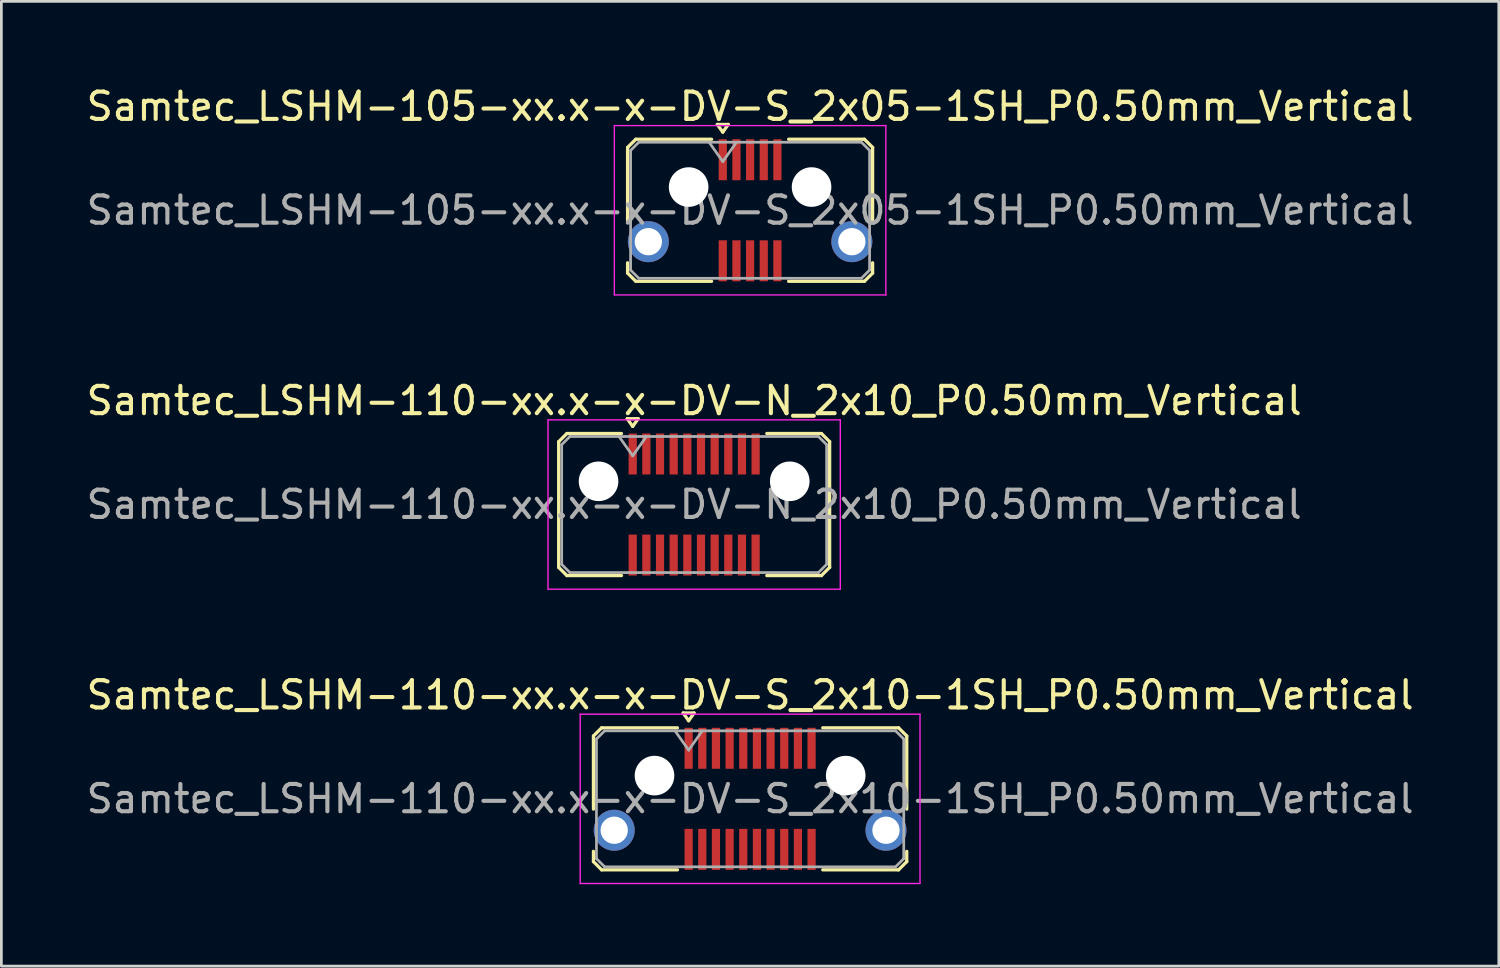
<source format=kicad_pcb>
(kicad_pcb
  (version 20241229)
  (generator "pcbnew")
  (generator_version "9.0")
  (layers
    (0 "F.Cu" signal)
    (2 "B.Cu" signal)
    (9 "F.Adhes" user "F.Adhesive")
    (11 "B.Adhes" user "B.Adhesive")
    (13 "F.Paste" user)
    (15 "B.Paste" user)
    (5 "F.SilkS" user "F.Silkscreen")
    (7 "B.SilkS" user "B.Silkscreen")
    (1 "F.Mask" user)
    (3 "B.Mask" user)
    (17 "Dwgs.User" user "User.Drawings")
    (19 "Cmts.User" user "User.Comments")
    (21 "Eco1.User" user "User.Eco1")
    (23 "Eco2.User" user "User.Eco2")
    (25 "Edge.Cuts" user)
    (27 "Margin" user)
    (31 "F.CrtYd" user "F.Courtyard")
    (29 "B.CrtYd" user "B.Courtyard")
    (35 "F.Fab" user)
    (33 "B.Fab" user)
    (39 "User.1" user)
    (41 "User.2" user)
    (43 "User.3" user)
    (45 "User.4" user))
  (footprint "Samtec_LSHM-110-xx.x-x-DV-N_2x10_P0.50mm_Vertical"
    (layer "F.Cu")
    (at 22.363 15.421)
    (property "Reference" "Samtec_LSHM-110-xx.x-x-DV-N_2x10_P0.50mm_Vertical" (at 0 -3.8 0) (layer "F.SilkS") (effects (font (size 1 1) (thickness 0.15))))
    (attr smd)
    (fp_line (start -4.96 -2.3) (end -4.96 2.3) (stroke (width 0.12) (type solid)) (layer "F.SilkS"))
    (fp_line (start -4.96 2.3) (end -4.66 2.6) (stroke (width 0.12) (type solid)) (layer "F.SilkS"))
    (fp_line (start -4.66 -2.6) (end -4.96 -2.3) (stroke (width 0.12) (type solid)) (layer "F.SilkS"))
    (fp_line (start -4.66 2.6) (end -2.66 2.6) (stroke (width 0.12) (type solid)) (layer "F.SilkS"))
    (fp_line (start -2.66 -2.6) (end -4.66 -2.6) (stroke (width 0.12) (type solid)) (layer "F.SilkS"))
    (fp_line (start -2.45 -3.143) (end -2.05 -3.143) (stroke (width 0.12) (type solid)) (layer "F.SilkS"))
    (fp_line (start -2.25 -2.86) (end -2.45 -3.143) (stroke (width 0.12) (type solid)) (layer "F.SilkS"))
    (fp_line (start -2.05 -3.143) (end -2.25 -2.86) (stroke (width 0.12) (type solid)) (layer "F.SilkS"))
    (fp_line (start 2.66 -2.6) (end 4.66 -2.6) (stroke (width 0.12) (type solid)) (layer "F.SilkS"))
    (fp_line (start 4.66 -2.6) (end 4.96 -2.3) (stroke (width 0.12) (type solid)) (layer "F.SilkS"))
    (fp_line (start 4.66 2.6) (end 2.66 2.6) (stroke (width 0.12) (type solid)) (layer "F.SilkS"))
    (fp_line (start 4.96 -2.3) (end 4.96 2.3) (stroke (width 0.12) (type solid)) (layer "F.SilkS"))
    (fp_line (start 4.96 2.3) (end 4.66 2.6) (stroke (width 0.12) (type solid)) (layer "F.SilkS"))
    (fp_line (start -5.35 -3.1) (end -5.35 3.1) (stroke (width 0.05) (type solid)) (layer "F.CrtYd"))
    (fp_line (start -5.35 3.1) (end 5.35 3.1) (stroke (width 0.05) (type solid)) (layer "F.CrtYd"))
    (fp_line (start 5.35 -3.1) (end -5.35 -3.1) (stroke (width 0.05) (type solid)) (layer "F.CrtYd"))
    (fp_line (start 5.35 3.1) (end 5.35 -3.1) (stroke (width 0.05) (type solid)) (layer "F.CrtYd"))
    (fp_line (start -4.85 -2.19) (end -4.85 2.19) (stroke (width 0.1) (type solid)) (layer "F.Fab"))
    (fp_line (start -4.85 2.19) (end -4.55 2.49) (stroke (width 0.1) (type solid)) (layer "F.Fab"))
    (fp_line (start -4.55 -2.49) (end -4.85 -2.19) (stroke (width 0.1) (type solid)) (layer "F.Fab"))
    (fp_line (start -4.55 2.49) (end 0 2.49) (stroke (width 0.1) (type solid)) (layer "F.Fab"))
    (fp_line (start -2.75 -2.49) (end -2.25 -1.783) (stroke (width 0.1) (type solid)) (layer "F.Fab"))
    (fp_line (start -2.25 -1.783) (end -1.75 -2.49) (stroke (width 0.1) (type solid)) (layer "F.Fab"))
    (fp_line (start 0 -2.49) (end -4.55 -2.49) (stroke (width 0.1) (type solid)) (layer "F.Fab"))
    (fp_line (start 0 -2.49) (end 4.55 -2.49) (stroke (width 0.1) (type solid)) (layer "F.Fab"))
    (fp_line (start 4.55 -2.49) (end 4.85 -2.19) (stroke (width 0.1) (type solid)) (layer "F.Fab"))
    (fp_line (start 4.55 2.49) (end 0 2.49) (stroke (width 0.1) (type solid)) (layer "F.Fab"))
    (fp_line (start 4.85 -2.19) (end 4.85 2.19) (stroke (width 0.1) (type solid)) (layer "F.Fab"))
    (fp_line (start 4.85 2.19) (end 4.55 2.49) (stroke (width 0.1) (type solid)) (layer "F.Fab"))
    (fp_text user "${REFERENCE}" (at 0 0 0) (layer "F.Fab") (effects (font (size 1 1) (thickness 0.15))))
    (pad "" np_thru_hole circle (at -3.5 -0.85) (size 1.45 1.45) (drill 1.45) (layers "*.Cu" "*.Mask"))
    (pad "" np_thru_hole circle (at 3.5 -0.85) (size 1.45 1.45) (drill 1.45) (layers "*.Cu" "*.Mask"))
    (pad "1" smd rect (at -2.25 -1.85) (size 0.3 1.5) (layers "F.Cu" "F.Mask" "F.Paste"))
    (pad "2" smd rect (at -2.25 1.85) (size 0.3 1.5) (layers "F.Cu" "F.Mask" "F.Paste"))
    (pad "3" smd rect (at -1.75 -1.85) (size 0.3 1.5) (layers "F.Cu" "F.Mask" "F.Paste"))
    (pad "4" smd rect (at -1.75 1.85) (size 0.3 1.5) (layers "F.Cu" "F.Mask" "F.Paste"))
    (pad "5" smd rect (at -1.25 -1.85) (size 0.3 1.5) (layers "F.Cu" "F.Mask" "F.Paste"))
    (pad "6" smd rect (at -1.25 1.85) (size 0.3 1.5) (layers "F.Cu" "F.Mask" "F.Paste"))
    (pad "7" smd rect (at -0.75 -1.85) (size 0.3 1.5) (layers "F.Cu" "F.Mask" "F.Paste"))
    (pad "8" smd rect (at -0.75 1.85) (size 0.3 1.5) (layers "F.Cu" "F.Mask" "F.Paste"))
    (pad "9" smd rect (at -0.25 -1.85) (size 0.3 1.5) (layers "F.Cu" "F.Mask" "F.Paste"))
    (pad "10" smd rect (at -0.25 1.85) (size 0.3 1.5) (layers "F.Cu" "F.Mask" "F.Paste"))
    (pad "11" smd rect (at 0.25 -1.85) (size 0.3 1.5) (layers "F.Cu" "F.Mask" "F.Paste"))
    (pad "12" smd rect (at 0.25 1.85) (size 0.3 1.5) (layers "F.Cu" "F.Mask" "F.Paste"))
    (pad "13" smd rect (at 0.75 -1.85) (size 0.3 1.5) (layers "F.Cu" "F.Mask" "F.Paste"))
    (pad "14" smd rect (at 0.75 1.85) (size 0.3 1.5) (layers "F.Cu" "F.Mask" "F.Paste"))
    (pad "15" smd rect (at 1.25 -1.85) (size 0.3 1.5) (layers "F.Cu" "F.Mask" "F.Paste"))
    (pad "16" smd rect (at 1.25 1.85) (size 0.3 1.5) (layers "F.Cu" "F.Mask" "F.Paste"))
    (pad "17" smd rect (at 1.75 -1.85) (size 0.3 1.5) (layers "F.Cu" "F.Mask" "F.Paste"))
    (pad "18" smd rect (at 1.75 1.85) (size 0.3 1.5) (layers "F.Cu" "F.Mask" "F.Paste"))
    (pad "19" smd rect (at 2.25 -1.85) (size 0.3 1.5) (layers "F.Cu" "F.Mask" "F.Paste"))
    (pad "20" smd rect (at 2.25 1.85) (size 0.3 1.5) (layers "F.Cu" "F.Mask" "F.Paste")))
  (footprint "Samtec_LSHM-110-xx.x-x-DV-S_2x10-1SH_P0.50mm_Vertical"
    (layer "F.Cu")
    (at 24.411 26.195)
    (property "Reference" "Samtec_LSHM-110-xx.x-x-DV-S_2x10-1SH_P0.50mm_Vertical" (at 0 -3.8 0) (layer "F.SilkS") (effects (font (size 1 1) (thickness 0.15))))
    (attr smd)
    (fp_line (start -5.735 -2.3) (end -5.735 0.377) (stroke (width 0.12) (type solid)) (layer "F.SilkS"))
    (fp_line (start -5.735 1.923) (end -5.735 2.3) (stroke (width 0.12) (type solid)) (layer "F.SilkS"))
    (fp_line (start -5.735 2.3) (end -5.435 2.6) (stroke (width 0.12) (type solid)) (layer "F.SilkS"))
    (fp_line (start -5.435 -2.6) (end -5.735 -2.3) (stroke (width 0.12) (type solid)) (layer "F.SilkS"))
    (fp_line (start -5.435 2.6) (end -2.66 2.6) (stroke (width 0.12) (type solid)) (layer "F.SilkS"))
    (fp_line (start -2.66 -2.6) (end -5.435 -2.6) (stroke (width 0.12) (type solid)) (layer "F.SilkS"))
    (fp_line (start -2.45 -3.143) (end -2.05 -3.143) (stroke (width 0.12) (type solid)) (layer "F.SilkS"))
    (fp_line (start -2.25 -2.86) (end -2.45 -3.143) (stroke (width 0.12) (type solid)) (layer "F.SilkS"))
    (fp_line (start -2.05 -3.143) (end -2.25 -2.86) (stroke (width 0.12) (type solid)) (layer "F.SilkS"))
    (fp_line (start 2.66 -2.6) (end 5.435 -2.6) (stroke (width 0.12) (type solid)) (layer "F.SilkS"))
    (fp_line (start 5.435 -2.6) (end 5.735 -2.3) (stroke (width 0.12) (type solid)) (layer "F.SilkS"))
    (fp_line (start 5.435 2.6) (end 2.66 2.6) (stroke (width 0.12) (type solid)) (layer "F.SilkS"))
    (fp_line (start 5.735 -2.3) (end 5.735 0.377) (stroke (width 0.12) (type solid)) (layer "F.SilkS"))
    (fp_line (start 5.735 1.923) (end 5.735 2.3) (stroke (width 0.12) (type solid)) (layer "F.SilkS"))
    (fp_line (start 5.735 2.3) (end 5.435 2.6) (stroke (width 0.12) (type solid)) (layer "F.SilkS"))
    (fp_line (start -6.22 -3.1) (end -6.22 3.1) (stroke (width 0.05) (type solid)) (layer "F.CrtYd"))
    (fp_line (start -6.22 3.1) (end 6.22 3.1) (stroke (width 0.05) (type solid)) (layer "F.CrtYd"))
    (fp_line (start 6.22 -3.1) (end -6.22 -3.1) (stroke (width 0.05) (type solid)) (layer "F.CrtYd"))
    (fp_line (start 6.22 3.1) (end 6.22 -3.1) (stroke (width 0.05) (type solid)) (layer "F.CrtYd"))
    (fp_line (start -5.625 -2.19) (end -5.625 2.19) (stroke (width 0.1) (type solid)) (layer "F.Fab"))
    (fp_line (start -5.625 2.19) (end -5.325 2.49) (stroke (width 0.1) (type solid)) (layer "F.Fab"))
    (fp_line (start -5.325 -2.49) (end -5.625 -2.19) (stroke (width 0.1) (type solid)) (layer "F.Fab"))
    (fp_line (start -5.325 2.49) (end 0 2.49) (stroke (width 0.1) (type solid)) (layer "F.Fab"))
    (fp_line (start -2.75 -2.49) (end -2.25 -1.783) (stroke (width 0.1) (type solid)) (layer "F.Fab"))
    (fp_line (start -2.25 -1.783) (end -1.75 -2.49) (stroke (width 0.1) (type solid)) (layer "F.Fab"))
    (fp_line (start 0 -2.49) (end -5.325 -2.49) (stroke (width 0.1) (type solid)) (layer "F.Fab"))
    (fp_line (start 0 -2.49) (end 5.325 -2.49) (stroke (width 0.1) (type solid)) (layer "F.Fab"))
    (fp_line (start 5.325 -2.49) (end 5.625 -2.19) (stroke (width 0.1) (type solid)) (layer "F.Fab"))
    (fp_line (start 5.325 2.49) (end 0 2.49) (stroke (width 0.1) (type solid)) (layer "F.Fab"))
    (fp_line (start 5.625 -2.19) (end 5.625 2.19) (stroke (width 0.1) (type solid)) (layer "F.Fab"))
    (fp_line (start 5.625 2.19) (end 5.325 2.49) (stroke (width 0.1) (type solid)) (layer "F.Fab"))
    (fp_text user "${REFERENCE}" (at 0 0 0) (layer "F.Fab") (effects (font (size 1 1) (thickness 0.15))))
    (pad "" np_thru_hole circle (at -3.5 -0.85) (size 1.45 1.45) (drill 1.45) (layers "*.Cu" "*.Mask"))
    (pad "" np_thru_hole circle (at 3.5 -0.85) (size 1.45 1.45) (drill 1.45) (layers "*.Cu" "*.Mask"))
    (pad "1" smd rect (at -2.25 -1.85) (size 0.3 1.5) (layers "F.Cu" "F.Mask" "F.Paste"))
    (pad "2" smd rect (at -2.25 1.85) (size 0.3 1.5) (layers "F.Cu" "F.Mask" "F.Paste"))
    (pad "3" smd rect (at -1.75 -1.85) (size 0.3 1.5) (layers "F.Cu" "F.Mask" "F.Paste"))
    (pad "4" smd rect (at -1.75 1.85) (size 0.3 1.5) (layers "F.Cu" "F.Mask" "F.Paste"))
    (pad "5" smd rect (at -1.25 -1.85) (size 0.3 1.5) (layers "F.Cu" "F.Mask" "F.Paste"))
    (pad "6" smd rect (at -1.25 1.85) (size 0.3 1.5) (layers "F.Cu" "F.Mask" "F.Paste"))
    (pad "7" smd rect (at -0.75 -1.85) (size 0.3 1.5) (layers "F.Cu" "F.Mask" "F.Paste"))
    (pad "8" smd rect (at -0.75 1.85) (size 0.3 1.5) (layers "F.Cu" "F.Mask" "F.Paste"))
    (pad "9" smd rect (at -0.25 -1.85) (size 0.3 1.5) (layers "F.Cu" "F.Mask" "F.Paste"))
    (pad "10" smd rect (at -0.25 1.85) (size 0.3 1.5) (layers "F.Cu" "F.Mask" "F.Paste"))
    (pad "11" smd rect (at 0.25 -1.85) (size 0.3 1.5) (layers "F.Cu" "F.Mask" "F.Paste"))
    (pad "12" smd rect (at 0.25 1.85) (size 0.3 1.5) (layers "F.Cu" "F.Mask" "F.Paste"))
    (pad "13" smd rect (at 0.75 -1.85) (size 0.3 1.5) (layers "F.Cu" "F.Mask" "F.Paste"))
    (pad "14" smd rect (at 0.75 1.85) (size 0.3 1.5) (layers "F.Cu" "F.Mask" "F.Paste"))
    (pad "15" smd rect (at 1.25 -1.85) (size 0.3 1.5) (layers "F.Cu" "F.Mask" "F.Paste"))
    (pad "16" smd rect (at 1.25 1.85) (size 0.3 1.5) (layers "F.Cu" "F.Mask" "F.Paste"))
    (pad "17" smd rect (at 1.75 -1.85) (size 0.3 1.5) (layers "F.Cu" "F.Mask" "F.Paste"))
    (pad "18" smd rect (at 1.75 1.85) (size 0.3 1.5) (layers "F.Cu" "F.Mask" "F.Paste"))
    (pad "19" smd rect (at 2.25 -1.85) (size 0.3 1.5) (layers "F.Cu" "F.Mask" "F.Paste"))
    (pad "20" smd rect (at 2.25 1.85) (size 0.3 1.5) (layers "F.Cu" "F.Mask" "F.Paste"))
    (pad "SH" thru_hole circle (at -4.975 1.15) (size 1.5 1.5) (drill 1) (layers "*.Cu" "*.Mask"))
    (pad "SH" thru_hole circle (at 4.975 1.15) (size 1.5 1.5) (drill 1) (layers "*.Cu" "*.Mask")))
  (footprint "Samtec_LSHM-105-xx.x-x-DV-S_2x05-1SH_P0.50mm_Vertical"
    (layer "F.Cu")
    (at 24.411 4.648)
    (property "Reference" "Samtec_LSHM-105-xx.x-x-DV-S_2x05-1SH_P0.50mm_Vertical" (at 0 -3.8 0) (layer "F.SilkS") (effects (font (size 1 1) (thickness 0.15))))
    (attr smd)
    (fp_line (start -4.485 -2.3) (end -4.485 0.377) (stroke (width 0.12) (type solid)) (layer "F.SilkS"))
    (fp_line (start -4.485 1.923) (end -4.485 2.3) (stroke (width 0.12) (type solid)) (layer "F.SilkS"))
    (fp_line (start -4.485 2.3) (end -4.185 2.6) (stroke (width 0.12) (type solid)) (layer "F.SilkS"))
    (fp_line (start -4.185 -2.6) (end -4.485 -2.3) (stroke (width 0.12) (type solid)) (layer "F.SilkS"))
    (fp_line (start -4.185 2.6) (end -1.41 2.6) (stroke (width 0.12) (type solid)) (layer "F.SilkS"))
    (fp_line (start -1.41 -2.6) (end -4.185 -2.6) (stroke (width 0.12) (type solid)) (layer "F.SilkS"))
    (fp_line (start -1.2 -3.143) (end -0.8 -3.143) (stroke (width 0.12) (type solid)) (layer "F.SilkS"))
    (fp_line (start -1 -2.86) (end -1.2 -3.143) (stroke (width 0.12) (type solid)) (layer "F.SilkS"))
    (fp_line (start -0.8 -3.143) (end -1 -2.86) (stroke (width 0.12) (type solid)) (layer "F.SilkS"))
    (fp_line (start 1.41 -2.6) (end 4.185 -2.6) (stroke (width 0.12) (type solid)) (layer "F.SilkS"))
    (fp_line (start 4.185 -2.6) (end 4.485 -2.3) (stroke (width 0.12) (type solid)) (layer "F.SilkS"))
    (fp_line (start 4.185 2.6) (end 1.41 2.6) (stroke (width 0.12) (type solid)) (layer "F.SilkS"))
    (fp_line (start 4.485 -2.3) (end 4.485 0.377) (stroke (width 0.12) (type solid)) (layer "F.SilkS"))
    (fp_line (start 4.485 1.923) (end 4.485 2.3) (stroke (width 0.12) (type solid)) (layer "F.SilkS"))
    (fp_line (start 4.485 2.3) (end 4.185 2.6) (stroke (width 0.12) (type solid)) (layer "F.SilkS"))
    (fp_line (start -4.97 -3.1) (end -4.97 3.1) (stroke (width 0.05) (type solid)) (layer "F.CrtYd"))
    (fp_line (start -4.97 3.1) (end 4.97 3.1) (stroke (width 0.05) (type solid)) (layer "F.CrtYd"))
    (fp_line (start 4.97 -3.1) (end -4.97 -3.1) (stroke (width 0.05) (type solid)) (layer "F.CrtYd"))
    (fp_line (start 4.97 3.1) (end 4.97 -3.1) (stroke (width 0.05) (type solid)) (layer "F.CrtYd"))
    (fp_line (start -4.375 -2.19) (end -4.375 2.19) (stroke (width 0.1) (type solid)) (layer "F.Fab"))
    (fp_line (start -4.375 2.19) (end -4.075 2.49) (stroke (width 0.1) (type solid)) (layer "F.Fab"))
    (fp_line (start -4.075 -2.49) (end -4.375 -2.19) (stroke (width 0.1) (type solid)) (layer "F.Fab"))
    (fp_line (start -4.075 2.49) (end 0 2.49) (stroke (width 0.1) (type solid)) (layer "F.Fab"))
    (fp_line (start -1.5 -2.49) (end -1 -1.783) (stroke (width 0.1) (type solid)) (layer "F.Fab"))
    (fp_line (start -1 -1.783) (end -0.5 -2.49) (stroke (width 0.1) (type solid)) (layer "F.Fab"))
    (fp_line (start 0 -2.49) (end -4.075 -2.49) (stroke (width 0.1) (type solid)) (layer "F.Fab"))
    (fp_line (start 0 -2.49) (end 4.075 -2.49) (stroke (width 0.1) (type solid)) (layer "F.Fab"))
    (fp_line (start 4.075 -2.49) (end 4.375 -2.19) (stroke (width 0.1) (type solid)) (layer "F.Fab"))
    (fp_line (start 4.075 2.49) (end 0 2.49) (stroke (width 0.1) (type solid)) (layer "F.Fab"))
    (fp_line (start 4.375 -2.19) (end 4.375 2.19) (stroke (width 0.1) (type solid)) (layer "F.Fab"))
    (fp_line (start 4.375 2.19) (end 4.075 2.49) (stroke (width 0.1) (type solid)) (layer "F.Fab"))
    (fp_text user "${REFERENCE}" (at 0 0 0) (layer "F.Fab") (effects (font (size 1 1) (thickness 0.15))))
    (pad "" np_thru_hole circle (at -2.25 -0.85) (size 1.45 1.45) (drill 1.45) (layers "*.Cu" "*.Mask"))
    (pad "" np_thru_hole circle (at 2.25 -0.85) (size 1.45 1.45) (drill 1.45) (layers "*.Cu" "*.Mask"))
    (pad "1" smd rect (at -1 -1.85) (size 0.3 1.5) (layers "F.Cu" "F.Mask" "F.Paste"))
    (pad "2" smd rect (at -1 1.85) (size 0.3 1.5) (layers "F.Cu" "F.Mask" "F.Paste"))
    (pad "3" smd rect (at -0.5 -1.85) (size 0.3 1.5) (layers "F.Cu" "F.Mask" "F.Paste"))
    (pad "4" smd rect (at -0.5 1.85) (size 0.3 1.5) (layers "F.Cu" "F.Mask" "F.Paste"))
    (pad "5" smd rect (at 0 -1.85) (size 0.3 1.5) (layers "F.Cu" "F.Mask" "F.Paste"))
    (pad "6" smd rect (at 0 1.85) (size 0.3 1.5) (layers "F.Cu" "F.Mask" "F.Paste"))
    (pad "7" smd rect (at 0.5 -1.85) (size 0.3 1.5) (layers "F.Cu" "F.Mask" "F.Paste"))
    (pad "8" smd rect (at 0.5 1.85) (size 0.3 1.5) (layers "F.Cu" "F.Mask" "F.Paste"))
    (pad "9" smd rect (at 1 -1.85) (size 0.3 1.5) (layers "F.Cu" "F.Mask" "F.Paste"))
    (pad "10" smd rect (at 1 1.85) (size 0.3 1.5) (layers "F.Cu" "F.Mask" "F.Paste"))
    (pad "SH" thru_hole circle (at -3.725 1.15) (size 1.5 1.5) (drill 1) (layers "*.Cu" "*.Mask"))
    (pad "SH" thru_hole circle (at 3.725 1.15) (size 1.5 1.5) (drill 1) (layers "*.Cu" "*.Mask")))
  (gr_rect
    (start -3 -3)
    (end 51.821 32.32)
    (stroke (width 0.1) (type default))
    (fill no)
    (layer "Edge.Cuts")))
</source>
